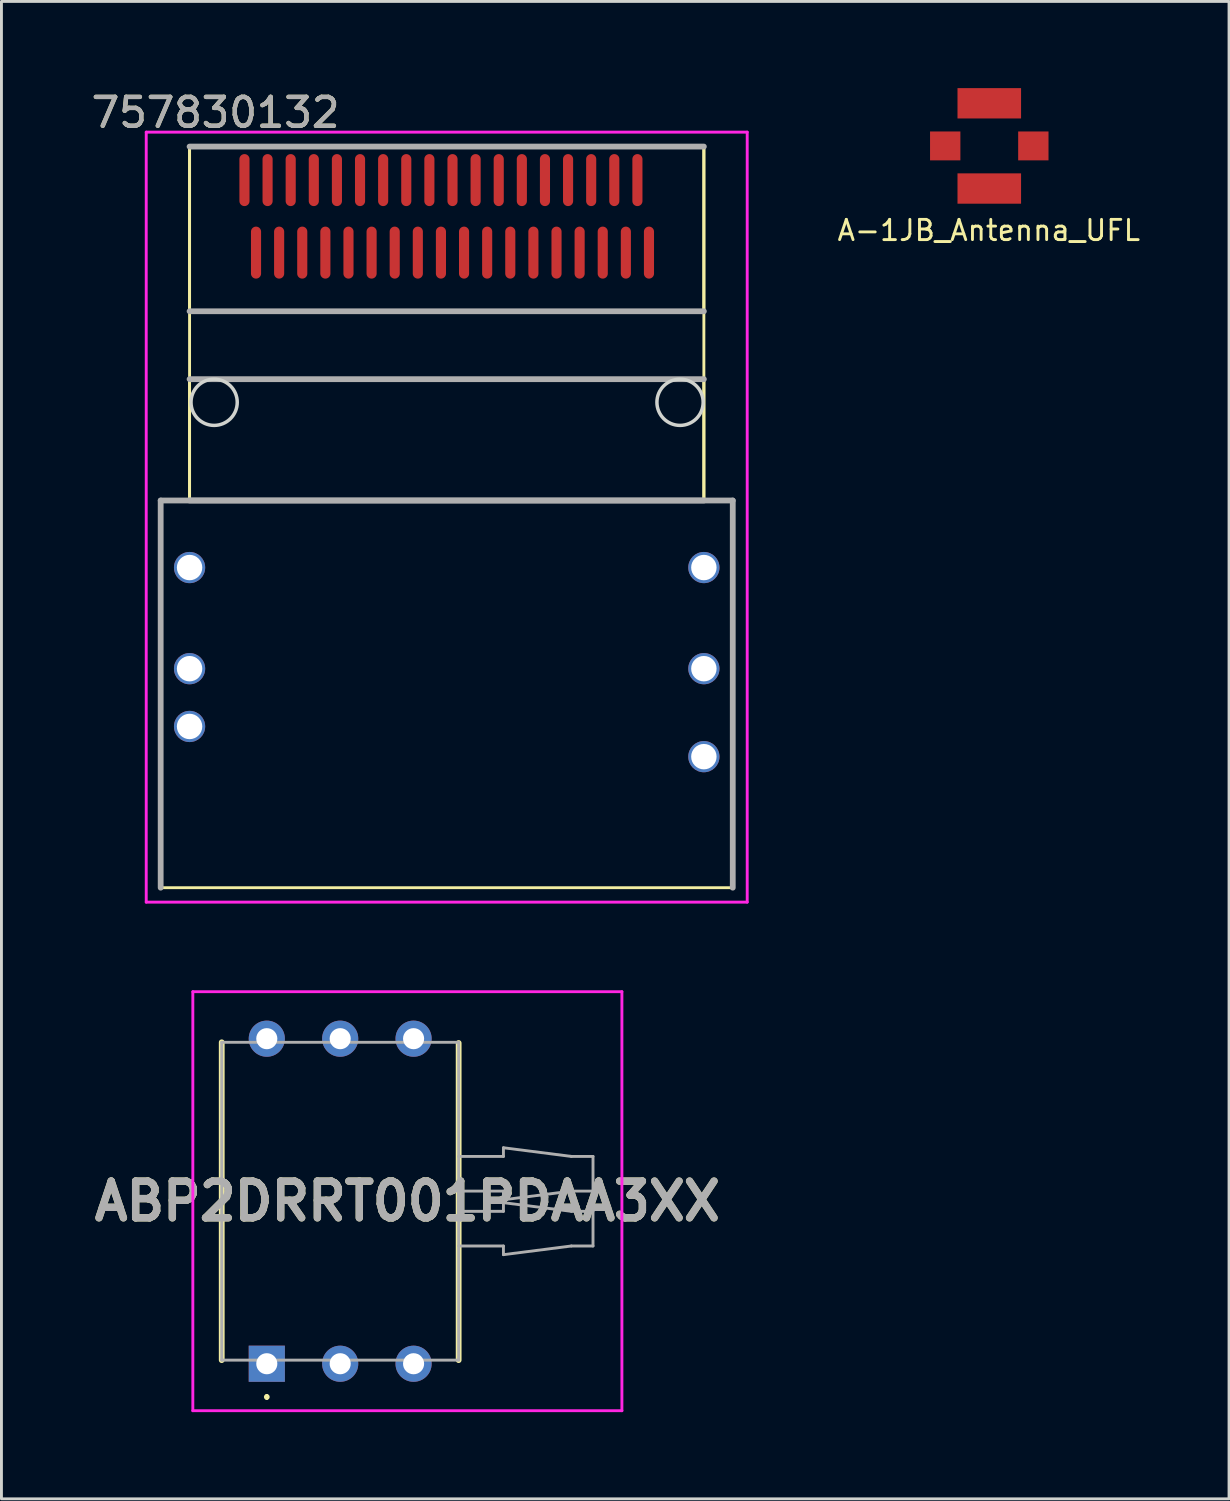
<source format=kicad_pcb>
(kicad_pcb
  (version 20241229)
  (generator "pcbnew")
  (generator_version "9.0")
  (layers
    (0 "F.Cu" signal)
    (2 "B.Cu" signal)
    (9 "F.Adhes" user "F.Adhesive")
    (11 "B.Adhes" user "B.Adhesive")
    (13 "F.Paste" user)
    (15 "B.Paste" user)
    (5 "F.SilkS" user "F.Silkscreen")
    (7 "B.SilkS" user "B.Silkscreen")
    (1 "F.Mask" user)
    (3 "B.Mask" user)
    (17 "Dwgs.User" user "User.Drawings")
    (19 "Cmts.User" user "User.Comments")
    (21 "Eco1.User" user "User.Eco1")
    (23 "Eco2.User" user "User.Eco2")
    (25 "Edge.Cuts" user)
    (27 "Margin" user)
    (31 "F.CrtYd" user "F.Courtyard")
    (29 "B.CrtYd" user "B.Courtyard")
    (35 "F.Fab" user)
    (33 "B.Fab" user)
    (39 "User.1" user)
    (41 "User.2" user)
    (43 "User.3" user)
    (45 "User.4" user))
  (footprint "ABP2DRRT001PDAA3XX"
    (layer "F.Cu")
    (at 6.184 44.149)
    (property "Reference" "ABP2DRRT001PDAA3XX" (at 4.865 -5.625 0) (layer "F.SilkS") (effects (font (size 1.27 1.27) (thickness 0.254))))
    (attr through_hole)
    (fp_line (start -1.56 -11.125) (end -1.56 -0.125) (stroke (width 0.2) (type solid)) (layer "F.SilkS"))
    (fp_line (start 0 1.1) (end 0 1.1) (stroke (width 0.1) (type solid)) (layer "F.SilkS"))
    (fp_line (start 0 1.2) (end 0 1.2) (stroke (width 0.1) (type solid)) (layer "F.SilkS"))
    (fp_line (start 6.64 -0.125) (end 6.64 -11.1) (stroke (width 0.2) (type solid)) (layer "F.SilkS"))
    (fp_arc (start 0 1.1) (mid 0.05 1.15) (end 0 1.2) (stroke (width 0.1) (type solid)) (layer "F.SilkS"))
    (fp_arc (start 0 1.2) (mid -0.05 1.15) (end 0 1.1) (stroke (width 0.1) (type solid)) (layer "F.SilkS"))
    (fp_line (start -2.56 -12.876) (end 12.29 -12.876) (stroke (width 0.1) (type solid)) (layer "F.CrtYd"))
    (fp_line (start -2.56 1.626) (end -2.56 -12.876) (stroke (width 0.1) (type solid)) (layer "F.CrtYd"))
    (fp_line (start 12.29 -12.876) (end 12.29 1.626) (stroke (width 0.1) (type solid)) (layer "F.CrtYd"))
    (fp_line (start 12.29 1.626) (end -2.56 1.626) (stroke (width 0.1) (type solid)) (layer "F.CrtYd"))
    (fp_line (start -1.56 -11.125) (end 6.64 -11.125) (stroke (width 0.1) (type solid)) (layer "F.Fab"))
    (fp_line (start -1.56 -0.125) (end -1.56 -11.125) (stroke (width 0.1) (type solid)) (layer "F.Fab"))
    (fp_line (start 6.64 -11.125) (end 6.64 -0.125) (stroke (width 0.1) (type solid)) (layer "F.Fab"))
    (fp_line (start 6.64 -7.175) (end 8.19 -7.175) (stroke (width 0.1) (type solid)) (layer "F.Fab"))
    (fp_line (start 6.64 -5.275) (end 8.19 -5.275) (stroke (width 0.1) (type solid)) (layer "F.Fab"))
    (fp_line (start 6.64 -0.125) (end -1.56 -0.125) (stroke (width 0.1) (type solid)) (layer "F.Fab"))
    (fp_line (start 8.19 -7.475) (end 10.54 -7.175) (stroke (width 0.1) (type solid)) (layer "F.Fab"))
    (fp_line (start 8.19 -7.175) (end 8.19 -7.475) (stroke (width 0.1) (type solid)) (layer "F.Fab"))
    (fp_line (start 8.19 -5.975) (end 6.64 -5.975) (stroke (width 0.1) (type solid)) (layer "F.Fab"))
    (fp_line (start 8.19 -5.675) (end 8.19 -5.975) (stroke (width 0.1) (type solid)) (layer "F.Fab"))
    (fp_line (start 8.19 -5.575) (end 10.54 -5.275) (stroke (width 0.1) (type solid)) (layer "F.Fab"))
    (fp_line (start 8.19 -5.275) (end 8.19 -5.575) (stroke (width 0.1) (type solid)) (layer "F.Fab"))
    (fp_line (start 8.19 -4.075) (end 6.64 -4.075) (stroke (width 0.1) (type solid)) (layer "F.Fab"))
    (fp_line (start 8.19 -3.775) (end 8.19 -4.075) (stroke (width 0.1) (type solid)) (layer "F.Fab"))
    (fp_line (start 10.54 -7.175) (end 11.29 -7.175) (stroke (width 0.1) (type solid)) (layer "F.Fab"))
    (fp_line (start 10.54 -5.975) (end 8.19 -5.675) (stroke (width 0.1) (type solid)) (layer "F.Fab"))
    (fp_line (start 10.54 -5.275) (end 11.29 -5.275) (stroke (width 0.1) (type solid)) (layer "F.Fab"))
    (fp_line (start 10.54 -4.075) (end 8.19 -3.775) (stroke (width 0.1) (type solid)) (layer "F.Fab"))
    (fp_line (start 11.29 -7.175) (end 11.29 -5.975) (stroke (width 0.1) (type solid)) (layer "F.Fab"))
    (fp_line (start 11.29 -5.975) (end 10.54 -5.975) (stroke (width 0.1) (type solid)) (layer "F.Fab"))
    (fp_line (start 11.29 -5.275) (end 11.29 -4.075) (stroke (width 0.1) (type solid)) (layer "F.Fab"))
    (fp_line (start 11.29 -4.075) (end 10.54 -4.075) (stroke (width 0.1) (type solid)) (layer "F.Fab"))
    (fp_text user "${REFERENCE}" (at 4.865 -5.625 0) (layer "F.Fab") (effects (font (size 1.27 1.27) (thickness 0.254))))
    (pad "1" thru_hole rect (at 0 0) (size 1.251 1.251) (drill 0.73) (layers "*.Cu" "*.Mask"))
    (pad "2" thru_hole circle (at 2.54 0) (size 1.251 1.251) (drill 0.73) (layers "*.Cu" "*.Mask"))
    (pad "3" thru_hole circle (at 5.08 0) (size 1.251 1.251) (drill 0.73) (layers "*.Cu" "*.Mask"))
    (pad "4" thru_hole circle (at 5.08 -11.25) (size 1.251 1.251) (drill 0.73) (layers "*.Cu" "*.Mask"))
    (pad "5" thru_hole circle (at 2.54 -11.25) (size 1.251 1.251) (drill 0.73) (layers "*.Cu" "*.Mask"))
    (pad "6" thru_hole circle (at 0 -11.25) (size 1.251 1.251) (drill 0.73) (layers "*.Cu" "*.Mask")))
  (footprint "A-1JB_Antenna_UFL"
    (layer "F.Cu")
    (at 31.189 2)
    (property "Reference" "A-1JB_Antenna_UFL" (at -0.015 2.924 0) (layer "F.SilkS") (effects (font (size 0.7 0.7) (thickness 0.1))))
    (attr through_hole)
    (pad "1" smd rect (at 1.525 0) (size 1.05 1) (layers "F.Cu" "F.Mask" "F.Paste"))
    (pad "2" smd rect (at -1.525 0) (size 1.05 1) (layers "F.Cu" "F.Mask" "F.Paste"))
    (pad "2" smd rect (at 0 -1.475) (size 2.2 1.05) (layers "F.Cu" "F.Mask" "F.Paste"))
    (pad "2" smd rect (at 0 1.475) (size 2.2 1.05) (layers "F.Cu" "F.Mask" "F.Paste")))
  (footprint "757830132"
    (layer "F.Cu")
    (at 12.411 14.848)
    (property "Reference" "757830132" (at -8 -14 0) (layer "F.SilkS") (effects (font (size 1 1) (thickness 0.15))))
    (attr through_hole)
    (fp_line (start -9.9 -0.575) (end -8.9 -0.576) (stroke (width 0.1) (type solid)) (layer "F.SilkS"))
    (fp_line (start -9.9 12.825) (end -9.9 -0.575) (stroke (width 0.1) (type solid)) (layer "F.SilkS"))
    (fp_line (start -8.9 -12.825) (end 8.9 -12.825) (stroke (width 0.1) (type solid)) (layer "F.SilkS"))
    (fp_line (start -8.9 -7.125) (end -8.9 -12.825) (stroke (width 0.1) (type solid)) (layer "F.SilkS"))
    (fp_line (start -8.9 -7.125) (end 8.9 -7.125) (stroke (width 0.1) (type solid)) (layer "F.SilkS"))
    (fp_line (start -8.9 -4.775) (end 8.9 -4.775) (stroke (width 0.1) (type solid)) (layer "F.SilkS"))
    (fp_line (start -8.9 -0.575) (end -8.9 -12.825) (stroke (width 0.1) (type solid)) (layer "F.SilkS"))
    (fp_line (start -8.9 -0.575) (end -8.9 -4.775) (stroke (width 0.1) (type solid)) (layer "F.SilkS"))
    (fp_line (start 8.9 -12.825) (end 8.9 -7.125) (stroke (width 0.1) (type solid)) (layer "F.SilkS"))
    (fp_line (start 8.9 -12.825) (end 8.9 -0.575) (stroke (width 0.1) (type solid)) (layer "F.SilkS"))
    (fp_line (start 8.9 -7.125) (end -8.9 -7.125) (stroke (width 0.1) (type solid)) (layer "F.SilkS"))
    (fp_line (start 8.9 -4.775) (end 8.9 -0.575) (stroke (width 0.1) (type solid)) (layer "F.SilkS"))
    (fp_line (start 8.9 -0.575) (end 9.9 -0.576) (stroke (width 0.1) (type solid)) (layer "F.SilkS"))
    (fp_line (start 9.9 -0.575) (end 9.9 12.825) (stroke (width 0.1) (type solid)) (layer "F.SilkS"))
    (fp_line (start 9.9 12.825) (end -9.9 12.825) (stroke (width 0.1) (type solid)) (layer "F.SilkS"))
    (fp_circle (center -8.05 -3.975) (end -7.25 -3.975) (stroke (width 0.12) (type solid)) (fill no) (layer "Edge.Cuts"))
    (fp_circle (center 8.075 -3.975) (end 8.875 -3.975) (stroke (width 0.12) (type solid)) (fill no) (layer "Edge.Cuts"))
    (fp_line (start -10.4 -13.325) (end 10.4 -13.325) (stroke (width 0.1) (type solid)) (layer "F.CrtYd"))
    (fp_line (start -10.4 13.325) (end -10.4 -13.325) (stroke (width 0.1) (type solid)) (layer "F.CrtYd"))
    (fp_line (start 10.4 -13.325) (end 10.4 13.325) (stroke (width 0.1) (type solid)) (layer "F.CrtYd"))
    (fp_line (start 10.4 13.325) (end -10.4 13.325) (stroke (width 0.1) (type solid)) (layer "F.CrtYd"))
    (fp_line (start -9.9 -0.575) (end 9.9 -0.575) (stroke (width 0.2) (type solid)) (layer "F.Fab"))
    (fp_line (start -9.9 12.825) (end -9.9 -0.575) (stroke (width 0.2) (type solid)) (layer "F.Fab"))
    (fp_line (start -8.9 -12.825) (end 8.9 -12.825) (stroke (width 0.2) (type solid)) (layer "F.Fab"))
    (fp_line (start -8.9 -7.125) (end 8.9 -7.125) (stroke (width 0.2) (type solid)) (layer "F.Fab"))
    (fp_line (start -8.9 -4.775) (end 8.9 -4.775) (stroke (width 0.2) (type solid)) (layer "F.Fab"))
    (fp_line (start 8.9 -0.575) (end -8.9 -0.575) (stroke (width 0.2) (type solid)) (layer "F.Fab"))
    (fp_line (start 9.9 -0.575) (end 9.9 12.825) (stroke (width 0.2) (type solid)) (layer "F.Fab"))
    (fp_text user "${REFERENCE}" (at -8 -14 0) (layer "F.Fab") (effects (font (size 1 1) (thickness 0.15))))
    (pad "A1" smd oval (at 7 -9.155) (size 0.35 1.8) (layers "F.Cu" "F.Mask" "F.Paste"))
    (pad "A2" smd oval (at 6.2 -9.155) (size 0.35 1.8) (layers "F.Cu" "F.Mask" "F.Paste"))
    (pad "A3" smd oval (at 5.4 -9.155) (size 0.35 1.8) (layers "F.Cu" "F.Mask" "F.Paste"))
    (pad "A4" smd oval (at 4.6 -9.155) (size 0.35 1.8) (layers "F.Cu" "F.Mask" "F.Paste"))
    (pad "A5" smd oval (at 3.8 -9.155) (size 0.35 1.8) (layers "F.Cu" "F.Mask" "F.Paste"))
    (pad "A6" smd oval (at 3 -9.155) (size 0.35 1.8) (layers "F.Cu" "F.Mask" "F.Paste"))
    (pad "A7" smd oval (at 2.2 -9.155) (size 0.35 1.8) (layers "F.Cu" "F.Mask" "F.Paste"))
    (pad "A8" smd oval (at 1.4 -9.155) (size 0.35 1.8) (layers "F.Cu" "F.Mask" "F.Paste"))
    (pad "A9" smd oval (at 0.6 -9.155) (size 0.35 1.8) (layers "F.Cu" "F.Mask" "F.Paste"))
    (pad "A10" smd oval (at -0.2 -9.155) (size 0.35 1.8) (layers "F.Cu" "F.Mask" "F.Paste"))
    (pad "A11" smd oval (at -1 -9.155) (size 0.35 1.8) (layers "F.Cu" "F.Mask" "F.Paste"))
    (pad "A12" smd oval (at -1.8 -9.155) (size 0.35 1.8) (layers "F.Cu" "F.Mask" "F.Paste"))
    (pad "A13" smd oval (at -2.6 -9.155) (size 0.35 1.8) (layers "F.Cu" "F.Mask" "F.Paste"))
    (pad "A14" smd oval (at -3.4 -9.155) (size 0.35 1.8) (layers "F.Cu" "F.Mask" "F.Paste"))
    (pad "A15" smd oval (at -4.2 -9.155) (size 0.35 1.8) (layers "F.Cu" "F.Mask" "F.Paste"))
    (pad "A16" smd oval (at -5 -9.155) (size 0.35 1.8) (layers "F.Cu" "F.Mask" "F.Paste"))
    (pad "A17" smd oval (at -5.8 -9.155) (size 0.35 1.8) (layers "F.Cu" "F.Mask" "F.Paste"))
    (pad "A18" smd oval (at -6.6 -9.155) (size 0.35 1.8) (layers "F.Cu" "F.Mask" "F.Paste"))
    (pad "B1" smd oval (at 6.6 -11.665) (size 0.35 1.8) (layers "F.Cu" "F.Mask" "F.Paste"))
    (pad "B2" smd oval (at 5.8 -11.665) (size 0.35 1.8) (layers "F.Cu" "F.Mask" "F.Paste"))
    (pad "B3" smd oval (at 5 -11.665) (size 0.35 1.8) (layers "F.Cu" "F.Mask" "F.Paste"))
    (pad "B4" smd oval (at 4.2 -11.665) (size 0.35 1.8) (layers "F.Cu" "F.Mask" "F.Paste"))
    (pad "B5" smd oval (at 3.4 -11.665) (size 0.35 1.8) (layers "F.Cu" "F.Mask" "F.Paste"))
    (pad "B6" smd oval (at 2.6 -11.665) (size 0.35 1.8) (layers "F.Cu" "F.Mask" "F.Paste"))
    (pad "B7" smd oval (at 1.8 -11.665) (size 0.35 1.8) (layers "F.Cu" "F.Mask" "F.Paste"))
    (pad "B8" smd oval (at 1 -11.665) (size 0.35 1.8) (layers "F.Cu" "F.Mask" "F.Paste"))
    (pad "B9" smd oval (at 0.2 -11.665) (size 0.35 1.8) (layers "F.Cu" "F.Mask" "F.Paste"))
    (pad "B10" smd oval (at -0.6 -11.665) (size 0.35 1.8) (layers "F.Cu" "F.Mask" "F.Paste"))
    (pad "B11" smd oval (at -1.4 -11.665) (size 0.35 1.8) (layers "F.Cu" "F.Mask" "F.Paste"))
    (pad "B12" smd oval (at -2.2 -11.665) (size 0.35 1.8) (layers "F.Cu" "F.Mask" "F.Paste"))
    (pad "B13" smd oval (at -3 -11.665) (size 0.35 1.8) (layers "F.Cu" "F.Mask" "F.Paste"))
    (pad "B14" smd oval (at -3.8 -11.665) (size 0.35 1.8) (layers "F.Cu" "F.Mask" "F.Paste"))
    (pad "B15" smd oval (at -4.6 -11.665) (size 0.35 1.8) (layers "F.Cu" "F.Mask" "F.Paste"))
    (pad "B16" smd oval (at -5.4 -11.665) (size 0.35 1.8) (layers "F.Cu" "F.Mask" "F.Paste"))
    (pad "B17" smd oval (at -6.2 -11.665) (size 0.35 1.8) (layers "F.Cu" "F.Mask" "F.Paste"))
    (pad "B18" smd oval (at -7 -11.665) (size 0.35 1.8) (layers "F.Cu" "F.Mask" "F.Paste"))
    (pad "SH1" thru_hole circle (at -8.9 1.745) (size 1.08 1.08) (drill 0.88) (layers "*.Cu" "*.Mask"))
    (pad "SH2" thru_hole circle (at -8.9 5.245) (size 1.08 1.08) (drill 0.88) (layers "*.Cu" "*.Mask"))
    (pad "SH3" thru_hole circle (at -8.9 7.245) (size 1.08 1.08) (drill 0.88) (layers "*.Cu" "*.Mask"))
    (pad "SH4" thru_hole circle (at 8.9 1.745) (size 1.08 1.08) (drill 0.88) (layers "*.Cu" "*.Mask"))
    (pad "SH5" thru_hole circle (at 8.9 5.245) (size 1.08 1.08) (drill 0.88) (layers "*.Cu" "*.Mask"))
    (pad "SH6" thru_hole circle (at 8.9 8.29) (size 1.08 1.08) (drill 0.88) (layers "*.Cu" "*.Mask")))
  (gr_rect
    (start -3 -3)
    (end 39.487 48.825)
    (stroke (width 0.1) (type default))
    (fill no)
    (layer "Edge.Cuts")))
</source>
